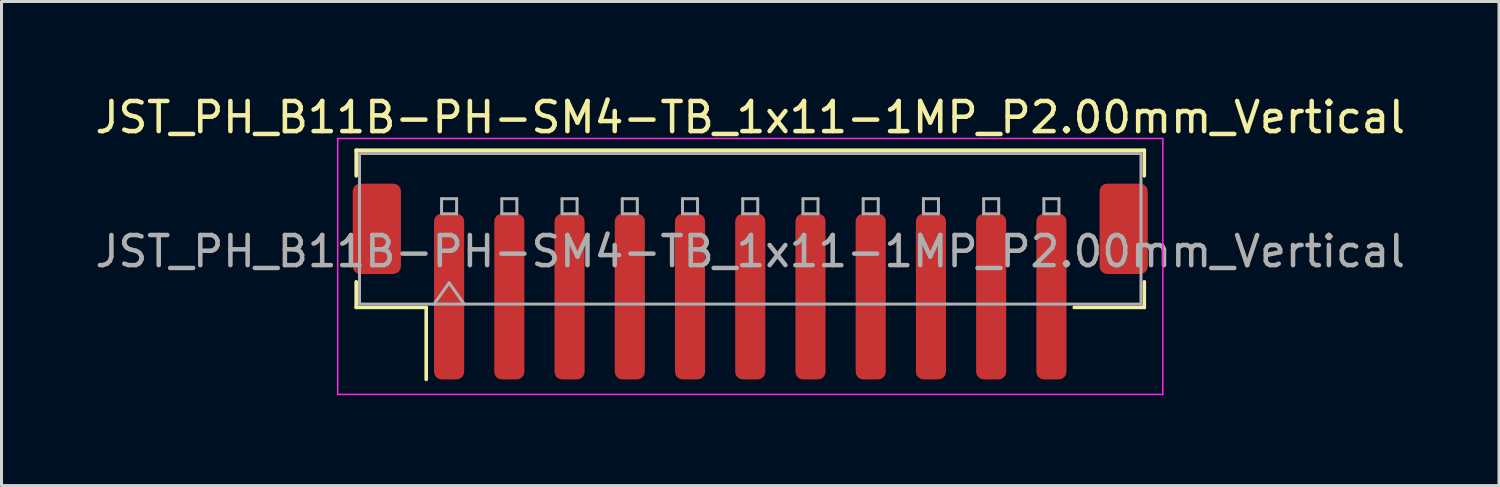
<source format=kicad_pcb>
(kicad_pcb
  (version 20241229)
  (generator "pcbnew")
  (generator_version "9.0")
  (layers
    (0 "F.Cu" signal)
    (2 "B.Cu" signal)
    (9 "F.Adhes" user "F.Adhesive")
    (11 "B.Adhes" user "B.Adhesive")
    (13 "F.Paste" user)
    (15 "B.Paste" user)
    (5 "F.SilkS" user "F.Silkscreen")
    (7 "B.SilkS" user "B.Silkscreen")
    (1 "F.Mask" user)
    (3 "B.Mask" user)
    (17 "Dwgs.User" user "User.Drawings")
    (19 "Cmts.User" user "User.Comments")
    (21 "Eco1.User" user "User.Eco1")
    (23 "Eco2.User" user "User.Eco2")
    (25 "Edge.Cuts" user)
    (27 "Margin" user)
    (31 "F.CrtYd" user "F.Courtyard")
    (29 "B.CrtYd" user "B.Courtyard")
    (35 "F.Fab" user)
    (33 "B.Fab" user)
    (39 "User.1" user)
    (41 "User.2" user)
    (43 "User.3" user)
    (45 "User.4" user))
  (footprint "JST_PH_B11B-PH-SM4-TB_1x11-1MP_P2.00mm_Vertical"
    (layer "F.Cu")
    (at 21.863 6.298)
    (property "Reference" "JST_PH_B11B-PH-SM4-TB_1x11-1MP_P2.00mm_Vertical" (at 0 -5.45 0) (layer "F.SilkS") (effects (font (size 1 1) (thickness 0.15))))
    (attr smd)
    (fp_line (start -13.085 -4.36) (end 13.085 -4.36) (stroke (width 0.12) (type solid)) (layer "F.SilkS"))
    (fp_line (start -13.085 -3.51) (end -13.085 -4.36) (stroke (width 0.12) (type solid)) (layer "F.SilkS"))
    (fp_line (start -13.085 0.01) (end -13.085 0.86) (stroke (width 0.12) (type solid)) (layer "F.SilkS"))
    (fp_line (start -13.085 0.86) (end -10.76 0.86) (stroke (width 0.12) (type solid)) (layer "F.SilkS"))
    (fp_line (start -10.76 0.86) (end -10.76 3.25) (stroke (width 0.12) (type solid)) (layer "F.SilkS"))
    (fp_line (start 13.085 -4.36) (end 13.085 -3.51) (stroke (width 0.12) (type solid)) (layer "F.SilkS"))
    (fp_line (start 13.085 0.01) (end 13.085 0.86) (stroke (width 0.12) (type solid)) (layer "F.SilkS"))
    (fp_line (start 13.085 0.86) (end 10.76 0.86) (stroke (width 0.12) (type solid)) (layer "F.SilkS"))
    (fp_line (start -13.7 -4.75) (end -13.7 3.75) (stroke (width 0.05) (type solid)) (layer "F.CrtYd"))
    (fp_line (start -13.7 3.75) (end 13.7 3.75) (stroke (width 0.05) (type solid)) (layer "F.CrtYd"))
    (fp_line (start 13.7 -4.75) (end -13.7 -4.75) (stroke (width 0.05) (type solid)) (layer "F.CrtYd"))
    (fp_line (start 13.7 3.75) (end 13.7 -4.75) (stroke (width 0.05) (type solid)) (layer "F.CrtYd"))
    (fp_line (start -12.975 -4.25) (end 12.975 -4.25) (stroke (width 0.1) (type solid)) (layer "F.Fab"))
    (fp_line (start -12.975 0.75) (end -12.975 -4.25) (stroke (width 0.1) (type solid)) (layer "F.Fab"))
    (fp_line (start -12.975 0.75) (end 12.975 0.75) (stroke (width 0.1) (type solid)) (layer "F.Fab"))
    (fp_line (start -10.5 0.75) (end -10 0.043) (stroke (width 0.1) (type solid)) (layer "F.Fab"))
    (fp_line (start -10.25 -2.75) (end -10.25 -2.25) (stroke (width 0.1) (type solid)) (layer "F.Fab"))
    (fp_line (start -10.25 -2.25) (end -9.75 -2.25) (stroke (width 0.1) (type solid)) (layer "F.Fab"))
    (fp_line (start -10 0.043) (end -9.5 0.75) (stroke (width 0.1) (type solid)) (layer "F.Fab"))
    (fp_line (start -9.75 -2.75) (end -10.25 -2.75) (stroke (width 0.1) (type solid)) (layer "F.Fab"))
    (fp_line (start -9.75 -2.25) (end -9.75 -2.75) (stroke (width 0.1) (type solid)) (layer "F.Fab"))
    (fp_line (start -8.25 -2.75) (end -8.25 -2.25) (stroke (width 0.1) (type solid)) (layer "F.Fab"))
    (fp_line (start -8.25 -2.25) (end -7.75 -2.25) (stroke (width 0.1) (type solid)) (layer "F.Fab"))
    (fp_line (start -7.75 -2.75) (end -8.25 -2.75) (stroke (width 0.1) (type solid)) (layer "F.Fab"))
    (fp_line (start -7.75 -2.25) (end -7.75 -2.75) (stroke (width 0.1) (type solid)) (layer "F.Fab"))
    (fp_line (start -6.25 -2.75) (end -6.25 -2.25) (stroke (width 0.1) (type solid)) (layer "F.Fab"))
    (fp_line (start -6.25 -2.25) (end -5.75 -2.25) (stroke (width 0.1) (type solid)) (layer "F.Fab"))
    (fp_line (start -5.75 -2.75) (end -6.25 -2.75) (stroke (width 0.1) (type solid)) (layer "F.Fab"))
    (fp_line (start -5.75 -2.25) (end -5.75 -2.75) (stroke (width 0.1) (type solid)) (layer "F.Fab"))
    (fp_line (start -4.25 -2.75) (end -4.25 -2.25) (stroke (width 0.1) (type solid)) (layer "F.Fab"))
    (fp_line (start -4.25 -2.25) (end -3.75 -2.25) (stroke (width 0.1) (type solid)) (layer "F.Fab"))
    (fp_line (start -3.75 -2.75) (end -4.25 -2.75) (stroke (width 0.1) (type solid)) (layer "F.Fab"))
    (fp_line (start -3.75 -2.25) (end -3.75 -2.75) (stroke (width 0.1) (type solid)) (layer "F.Fab"))
    (fp_line (start -2.25 -2.75) (end -2.25 -2.25) (stroke (width 0.1) (type solid)) (layer "F.Fab"))
    (fp_line (start -2.25 -2.25) (end -1.75 -2.25) (stroke (width 0.1) (type solid)) (layer "F.Fab"))
    (fp_line (start -1.75 -2.75) (end -2.25 -2.75) (stroke (width 0.1) (type solid)) (layer "F.Fab"))
    (fp_line (start -1.75 -2.25) (end -1.75 -2.75) (stroke (width 0.1) (type solid)) (layer "F.Fab"))
    (fp_line (start -0.25 -2.75) (end -0.25 -2.25) (stroke (width 0.1) (type solid)) (layer "F.Fab"))
    (fp_line (start -0.25 -2.25) (end 0.25 -2.25) (stroke (width 0.1) (type solid)) (layer "F.Fab"))
    (fp_line (start 0.25 -2.75) (end -0.25 -2.75) (stroke (width 0.1) (type solid)) (layer "F.Fab"))
    (fp_line (start 0.25 -2.25) (end 0.25 -2.75) (stroke (width 0.1) (type solid)) (layer "F.Fab"))
    (fp_line (start 1.75 -2.75) (end 1.75 -2.25) (stroke (width 0.1) (type solid)) (layer "F.Fab"))
    (fp_line (start 1.75 -2.25) (end 2.25 -2.25) (stroke (width 0.1) (type solid)) (layer "F.Fab"))
    (fp_line (start 2.25 -2.75) (end 1.75 -2.75) (stroke (width 0.1) (type solid)) (layer "F.Fab"))
    (fp_line (start 2.25 -2.25) (end 2.25 -2.75) (stroke (width 0.1) (type solid)) (layer "F.Fab"))
    (fp_line (start 3.75 -2.75) (end 3.75 -2.25) (stroke (width 0.1) (type solid)) (layer "F.Fab"))
    (fp_line (start 3.75 -2.25) (end 4.25 -2.25) (stroke (width 0.1) (type solid)) (layer "F.Fab"))
    (fp_line (start 4.25 -2.75) (end 3.75 -2.75) (stroke (width 0.1) (type solid)) (layer "F.Fab"))
    (fp_line (start 4.25 -2.25) (end 4.25 -2.75) (stroke (width 0.1) (type solid)) (layer "F.Fab"))
    (fp_line (start 5.75 -2.75) (end 5.75 -2.25) (stroke (width 0.1) (type solid)) (layer "F.Fab"))
    (fp_line (start 5.75 -2.25) (end 6.25 -2.25) (stroke (width 0.1) (type solid)) (layer "F.Fab"))
    (fp_line (start 6.25 -2.75) (end 5.75 -2.75) (stroke (width 0.1) (type solid)) (layer "F.Fab"))
    (fp_line (start 6.25 -2.25) (end 6.25 -2.75) (stroke (width 0.1) (type solid)) (layer "F.Fab"))
    (fp_line (start 7.75 -2.75) (end 7.75 -2.25) (stroke (width 0.1) (type solid)) (layer "F.Fab"))
    (fp_line (start 7.75 -2.25) (end 8.25 -2.25) (stroke (width 0.1) (type solid)) (layer "F.Fab"))
    (fp_line (start 8.25 -2.75) (end 7.75 -2.75) (stroke (width 0.1) (type solid)) (layer "F.Fab"))
    (fp_line (start 8.25 -2.25) (end 8.25 -2.75) (stroke (width 0.1) (type solid)) (layer "F.Fab"))
    (fp_line (start 9.75 -2.75) (end 9.75 -2.25) (stroke (width 0.1) (type solid)) (layer "F.Fab"))
    (fp_line (start 9.75 -2.25) (end 10.25 -2.25) (stroke (width 0.1) (type solid)) (layer "F.Fab"))
    (fp_line (start 10.25 -2.75) (end 9.75 -2.75) (stroke (width 0.1) (type solid)) (layer "F.Fab"))
    (fp_line (start 10.25 -2.25) (end 10.25 -2.75) (stroke (width 0.1) (type solid)) (layer "F.Fab"))
    (fp_line (start 12.975 0.75) (end 12.975 -4.25) (stroke (width 0.1) (type solid)) (layer "F.Fab"))
    (fp_text user "${REFERENCE}" (at 0 -1 0) (layer "F.Fab") (effects (font (size 1 1) (thickness 0.15))))
    (pad "1" smd roundrect (at -10 0.5) (size 1 5.5) (layers "F.Cu" "F.Mask" "F.Paste") (roundrect_rratio 0.25))
    (pad "2" smd roundrect (at -8 0.5) (size 1 5.5) (layers "F.Cu" "F.Mask" "F.Paste") (roundrect_rratio 0.25))
    (pad "3" smd roundrect (at -6 0.5) (size 1 5.5) (layers "F.Cu" "F.Mask" "F.Paste") (roundrect_rratio 0.25))
    (pad "4" smd roundrect (at -4 0.5) (size 1 5.5) (layers "F.Cu" "F.Mask" "F.Paste") (roundrect_rratio 0.25))
    (pad "5" smd roundrect (at -2 0.5) (size 1 5.5) (layers "F.Cu" "F.Mask" "F.Paste") (roundrect_rratio 0.25))
    (pad "6" smd roundrect (at 0 0.5) (size 1 5.5) (layers "F.Cu" "F.Mask" "F.Paste") (roundrect_rratio 0.25))
    (pad "7" smd roundrect (at 2 0.5) (size 1 5.5) (layers "F.Cu" "F.Mask" "F.Paste") (roundrect_rratio 0.25))
    (pad "8" smd roundrect (at 4 0.5) (size 1 5.5) (layers "F.Cu" "F.Mask" "F.Paste") (roundrect_rratio 0.25))
    (pad "9" smd roundrect (at 6 0.5) (size 1 5.5) (layers "F.Cu" "F.Mask" "F.Paste") (roundrect_rratio 0.25))
    (pad "10" smd roundrect (at 8 0.5) (size 1 5.5) (layers "F.Cu" "F.Mask" "F.Paste") (roundrect_rratio 0.25))
    (pad "11" smd roundrect (at 10 0.5) (size 1 5.5) (layers "F.Cu" "F.Mask" "F.Paste") (roundrect_rratio 0.25))
    (pad "MP" smd roundrect (at -12.4 -1.75) (size 1.6 3) (layers "F.Cu" "F.Mask" "F.Paste") (roundrect_rratio 0.156))
    (pad "MP" smd roundrect (at 12.4 -1.75) (size 1.6 3) (layers "F.Cu" "F.Mask" "F.Paste") (roundrect_rratio 0.156)))
  (gr_rect
    (start -3 -3)
    (end 46.726 13.073)
    (stroke (width 0.1) (type default))
    (fill no)
    (layer "Edge.Cuts")))
</source>
